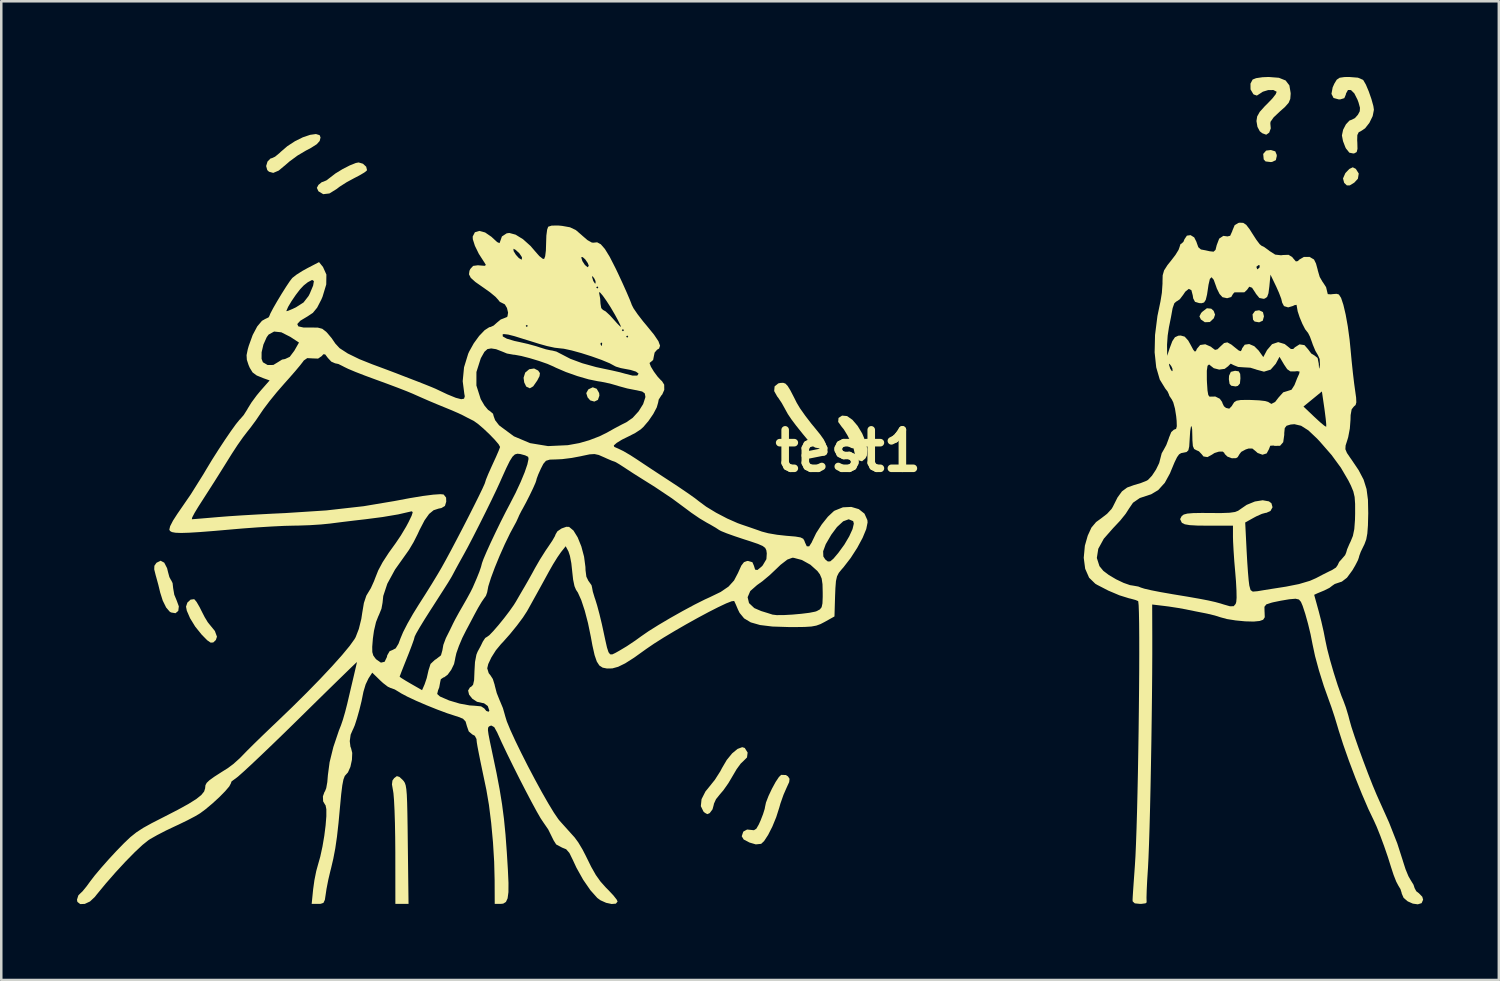
<source format=kicad_pcb>
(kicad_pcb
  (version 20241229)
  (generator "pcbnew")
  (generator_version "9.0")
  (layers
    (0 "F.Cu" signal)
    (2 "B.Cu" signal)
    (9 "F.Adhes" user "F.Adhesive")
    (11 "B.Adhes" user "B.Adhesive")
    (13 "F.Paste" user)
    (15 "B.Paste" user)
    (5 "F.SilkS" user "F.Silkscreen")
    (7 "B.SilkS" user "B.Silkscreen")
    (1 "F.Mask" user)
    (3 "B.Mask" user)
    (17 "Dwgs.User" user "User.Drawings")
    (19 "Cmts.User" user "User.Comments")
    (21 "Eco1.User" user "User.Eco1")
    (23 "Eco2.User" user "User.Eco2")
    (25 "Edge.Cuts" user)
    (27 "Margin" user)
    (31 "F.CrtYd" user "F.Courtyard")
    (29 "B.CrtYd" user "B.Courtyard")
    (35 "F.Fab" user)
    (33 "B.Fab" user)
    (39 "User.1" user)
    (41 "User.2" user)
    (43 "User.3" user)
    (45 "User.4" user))
  (footprint "test1"
    (layer "F.Cu")
    (at 30.565 14.817)
    (property "Reference" "test1" (at 0 0 0) (layer "F.SilkS") (effects (font (size 1.524 1.524) (thickness 0.3))))
    (attr board_only exclude_from_pos_files exclude_from_bom)
    (fp_poly (pts (xy 16.428 -5.5) (xy 16.468 -5.334) (xy 16.421 -5.16) (xy 16.277 -5.095) (xy 16.098 -5.126) (xy 16.035 -5.201) (xy 16.016 -5.411) (xy 16.117 -5.547) (xy 16.277 -5.573)) (stroke (width 0) (type solid)) (fill yes) (layer "F.SilkS"))
    (fp_poly (pts (xy -9.971 -2.462) (xy -9.875 -2.293) (xy -9.864 -2.192) (xy -9.924 -2.021) (xy -10.065 -1.955) (xy -10.228 -2.002) (xy -10.332 -2.121) (xy -10.385 -2.29) (xy -10.308 -2.428) (xy -10.294 -2.443) (xy -10.127 -2.521)) (stroke (width 0) (type solid)) (fill yes) (layer "F.SilkS"))
    (fp_poly (pts (xy 14.379 -5.636) (xy 14.474 -5.551) (xy 14.531 -5.4) (xy 14.481 -5.255) (xy 14.324 -5.107) (xy 14.126 -5.099) (xy 13.969 -5.209) (xy 13.911 -5.33) (xy 13.977 -5.462) (xy 14.014 -5.505) (xy 14.207 -5.653)) (stroke (width 0) (type solid)) (fill yes) (layer "F.SilkS"))
    (fp_poly (pts (xy 16.917 -11.869) (xy 16.974 -11.732) (xy 16.976 -11.684) (xy 16.939 -11.521) (xy 16.795 -11.453) (xy 16.742 -11.445) (xy 16.532 -11.47) (xy 16.458 -11.551) (xy 16.438 -11.768) (xy 16.554 -11.9) (xy 16.742 -11.923)) (stroke (width 0) (type solid)) (fill yes) (layer "F.SilkS"))
    (fp_poly (pts (xy 20.108 -11.176) (xy 20.224 -10.99) (xy 20.19 -10.785) (xy 20.047 -10.63) (xy 19.868 -10.521) (xy 19.754 -10.52) (xy 19.647 -10.62) (xy 19.6 -10.796) (xy 19.694 -11.009) (xy 19.85 -11.172) (xy 19.987 -11.238)) (stroke (width 0) (type solid)) (fill yes) (layer "F.SilkS"))
    (fp_poly (pts (xy 15.468 -3.153) (xy 15.526 -3.053) (xy 15.536 -2.879) (xy 15.516 -2.671) (xy 15.434 -2.577) (xy 15.345 -2.555) (xy 15.171 -2.583) (xy 15.106 -2.655) (xy 15.078 -2.839) (xy 15.085 -2.978) (xy 15.156 -3.133) (xy 15.325 -3.175)) (stroke (width 0) (type solid)) (fill yes) (layer "F.SilkS"))
    (fp_poly (pts (xy -12.293 -3.185) (xy -12.221 -3.083) (xy -12.237 -2.962) (xy -12.329 -2.786) (xy -12.488 -2.558) (xy -12.622 -2.481) (xy -12.752 -2.542) (xy -12.767 -2.556) (xy -12.843 -2.713) (xy -12.869 -2.898) (xy -12.804 -3.104) (xy -12.646 -3.236) (xy -12.451 -3.266)) (stroke (width 0) (type solid)) (fill yes) (layer "F.SilkS"))
    (fp_poly (pts (xy -0.05 -1.381) (xy 0.162 -1.232) (xy 0.368 -0.991) (xy 0.548 -0.692) (xy 0.682 -0.372) (xy 0.751 -0.068) (xy 0.735 0.186) (xy 0.678 0.296) (xy 0.543 0.411) (xy 0.417 0.377) (xy 0.356 0.322) (xy 0.265 0.169) (xy 0.254 0.105) (xy 0.212 -0.075) (xy 0.107 -0.335) (xy -0.033 -0.613) (xy -0.176 -0.848) (xy -0.264 -0.956) (xy -0.403 -1.149) (xy -0.39 -1.306) (xy -0.248 -1.399)) (stroke (width 0) (type solid)) (fill yes) (layer "F.SilkS"))
    (fp_poly (pts (xy -25.909 5.884) (xy -25.823 5.988) (xy -25.704 6.193) (xy -25.634 6.335) (xy -25.504 6.588) (xy -25.383 6.788) (xy -25.334 6.849) (xy -25.101 7.135) (xy -25.018 7.361) (xy -25.062 7.493) (xy -25.164 7.59) (xy -25.268 7.597) (xy -25.407 7.501) (xy -25.616 7.287) (xy -25.627 7.276) (xy -25.879 6.963) (xy -26.083 6.631) (xy -26.213 6.332) (xy -26.244 6.17) (xy -26.19 6.009) (xy -26.064 5.893) (xy -25.926 5.875)) (stroke (width 0) (type solid)) (fill yes) (layer "F.SilkS"))
    (fp_poly (pts (xy -19.233 -11.379) (xy -19.105 -11.261) (xy -19.073 -11.131) (xy -19.083 -11.106) (xy -19.181 -11.029) (xy -19.383 -10.911) (xy -19.585 -10.806) (xy -19.884 -10.644) (xy -20.159 -10.468) (xy -20.285 -10.372) (xy -20.56 -10.202) (xy -20.807 -10.173) (xy -20.997 -10.287) (xy -21.06 -10.423) (xy -20.997 -10.541) (xy -20.867 -10.648) (xy -20.802 -10.668) (xy -20.678 -10.721) (xy -20.537 -10.829) (xy -20.323 -10.994) (xy -20.045 -11.164) (xy -19.757 -11.312) (xy -19.515 -11.409) (xy -19.404 -11.43)) (stroke (width 0) (type solid)) (fill yes) (layer "F.SilkS"))
    (fp_poly (pts (xy -17.79 12.917) (xy -17.674 13.022) (xy -17.618 13.083) (xy -17.574 13.153) (xy -17.54 13.253) (xy -17.515 13.403) (xy -17.496 13.622) (xy -17.483 13.931) (xy -17.473 14.35) (xy -17.464 14.898) (xy -17.456 15.581) (xy -17.427 17.949) (xy -17.949 17.949) (xy -17.951 15.896) (xy -17.956 15.3) (xy -17.966 14.74) (xy -17.982 14.245) (xy -18.002 13.844) (xy -18.025 13.565) (xy -18.04 13.469) (xy -18.084 13.215) (xy -18.065 13.061) (xy -17.995 12.963) (xy -17.89 12.886)) (stroke (width 0) (type solid)) (fill yes) (layer "F.SilkS"))
    (fp_poly (pts (xy -20.949 -12.511) (xy -20.914 -12.419) (xy -20.948 -12.281) (xy -21.064 -12.152) (xy -21.293 -12.006) (xy -21.494 -11.9) (xy -21.822 -11.706) (xy -22.15 -11.465) (xy -22.294 -11.339) (xy -22.573 -11.107) (xy -22.788 -11.016) (xy -22.957 -11.063) (xy -23.025 -11.128) (xy -23.069 -11.288) (xy -23.015 -11.467) (xy -22.896 -11.587) (xy -22.836 -11.602) (xy -22.715 -11.659) (xy -22.543 -11.8) (xy -22.495 -11.847) (xy -22.228 -12.076) (xy -21.924 -12.274) (xy -21.614 -12.427) (xy -21.327 -12.524) (xy -21.096 -12.556)) (stroke (width 0) (type solid)) (fill yes) (layer "F.SilkS"))
    (fp_poly (pts (xy -27.107 4.428) (xy -26.995 4.645) (xy -26.959 4.793) (xy -26.903 5) (xy -26.837 5.123) (xy -26.83 5.128) (xy -26.776 5.238) (xy -26.755 5.432) (xy -26.71 5.696) (xy -26.615 5.925) (xy -26.529 6.159) (xy -26.551 6.339) (xy -26.661 6.431) (xy -26.838 6.401) (xy -26.89 6.37) (xy -27.031 6.206) (xy -27.166 5.933) (xy -27.269 5.606) (xy -27.273 5.588) (xy -27.341 5.308) (xy -27.427 4.993) (xy -27.445 4.931) (xy -27.504 4.694) (xy -27.498 4.552) (xy -27.422 4.442) (xy -27.412 4.431) (xy -27.252 4.351)) (stroke (width 0) (type solid)) (fill yes) (layer "F.SilkS"))
    (fp_poly (pts (xy -4.105 11.77) (xy -3.991 11.952) (xy -4.016 12.147) (xy -4.144 12.274) (xy -4.267 12.392) (xy -4.428 12.613) (xy -4.576 12.865) (xy -4.756 13.169) (xy -4.951 13.446) (xy -5.087 13.605) (xy -5.244 13.8) (xy -5.328 13.984) (xy -5.332 14.017) (xy -5.382 14.202) (xy -5.493 14.351) (xy -5.588 14.393) (xy -5.684 14.341) (xy -5.74 14.292) (xy -5.845 14.076) (xy -5.817 13.799) (xy -5.662 13.494) (xy -5.524 13.325) (xy -5.291 13.034) (xy -5.075 12.697) (xy -5.007 12.567) (xy -4.819 12.247) (xy -4.605 11.985) (xy -4.39 11.808) (xy -4.205 11.739)) (stroke (width 0) (type solid)) (fill yes) (layer "F.SilkS"))
    (fp_poly (pts (xy -2.494 -2.668) (xy -2.405 -2.575) (xy -2.295 -2.395) (xy -2.143 -2.101) (xy -2.045 -1.905) (xy -1.914 -1.686) (xy -1.706 -1.392) (xy -1.46 -1.072) (xy -1.356 -0.947) (xy -1.111 -0.645) (xy -0.967 -0.441) (xy -0.91 -0.308) (xy -0.926 -0.22) (xy -0.936 -0.206) (xy -1.12 -0.094) (xy -1.325 -0.134) (xy -1.442 -0.234) (xy -1.802 -0.668) (xy -2.069 -1.001) (xy -2.261 -1.257) (xy -2.397 -1.46) (xy -2.495 -1.636) (xy -2.501 -1.649) (xy -2.642 -1.902) (xy -2.785 -2.115) (xy -2.818 -2.155) (xy -2.939 -2.371) (xy -2.922 -2.557) (xy -2.777 -2.675) (xy -2.695 -2.693) (xy -2.584 -2.699)) (stroke (width 0) (type solid)) (fill yes) (layer "F.SilkS"))
    (fp_poly (pts (xy -2.473 12.843) (xy -2.393 12.896) (xy -2.33 12.993) (xy -2.345 13.123) (xy -2.445 13.341) (xy -2.446 13.343) (xy -2.569 13.624) (xy -2.69 13.968) (xy -2.739 14.139) (xy -2.858 14.513) (xy -3.011 14.885) (xy -3.178 15.214) (xy -3.337 15.458) (xy -3.454 15.569) (xy -3.666 15.591) (xy -3.916 15.518) (xy -4.146 15.398) (xy -4.225 15.269) (xy -4.168 15.099) (xy -4.156 15.08) (xy -4.012 15.002) (xy -3.871 15.016) (xy -3.741 15.03) (xy -3.646 14.97) (xy -3.549 14.803) (xy -3.481 14.652) (xy -3.38 14.393) (xy -3.315 14.185) (xy -3.302 14.11) (xy -3.264 13.933) (xy -3.165 13.676) (xy -3.03 13.39) (xy -2.884 13.121) (xy -2.75 12.92) (xy -2.661 12.836)) (stroke (width 0) (type solid)) (fill yes) (layer "F.SilkS"))
    (fp_poly (pts (xy 17.06 -14.785) (xy 17.327 -14.678) (xy 17.476 -14.482) (xy 17.526 -14.18) (xy 17.526 -14.144) (xy 17.511 -13.948) (xy 17.446 -13.793) (xy 17.3 -13.628) (xy 17.1 -13.451) (xy 16.851 -13.216) (xy 16.728 -13.041) (xy 16.721 -12.969) (xy 16.738 -12.78) (xy 16.675 -12.61) (xy 16.56 -12.531) (xy 16.553 -12.531) (xy 16.404 -12.586) (xy 16.304 -12.664) (xy 16.21 -12.84) (xy 16.171 -13.071) (xy 16.199 -13.253) (xy 16.301 -13.435) (xy 16.504 -13.661) (xy 16.595 -13.75) (xy 16.799 -13.962) (xy 16.934 -14.134) (xy 16.972 -14.23) (xy 16.971 -14.232) (xy 16.842 -14.3) (xy 16.636 -14.298) (xy 16.425 -14.234) (xy 16.328 -14.17) (xy 16.188 -14.08) (xy 16.066 -14.122) (xy 16.046 -14.138) (xy 15.936 -14.325) (xy 15.934 -14.554) (xy 16.019 -14.715) (xy 16.157 -14.77) (xy 16.41 -14.807) (xy 16.654 -14.817)) (stroke (width 0) (type solid)) (fill yes) (layer "F.SilkS"))
    (fp_poly (pts (xy 20.192 -14.789) (xy 20.389 -14.705) (xy 20.409 -14.684) (xy 20.507 -14.514) (xy 20.621 -14.244) (xy 20.727 -13.94) (xy 20.803 -13.667) (xy 20.825 -13.517) (xy 20.776 -13.267) (xy 20.646 -13) (xy 20.476 -12.783) (xy 20.345 -12.693) (xy 20.222 -12.627) (xy 20.168 -12.515) (xy 20.162 -12.306) (xy 20.168 -12.214) (xy 20.174 -11.967) (xy 20.142 -11.842) (xy 20.054 -11.793) (xy 20.011 -11.785) (xy 19.852 -11.817) (xy 19.718 -11.984) (xy 19.694 -12.031) (xy 19.6 -12.275) (xy 19.558 -12.496) (xy 19.558 -12.504) (xy 19.604 -12.725) (xy 19.716 -12.94) (xy 19.856 -13.09) (xy 19.947 -13.123) (xy 20.074 -13.188) (xy 20.192 -13.322) (xy 20.264 -13.458) (xy 20.273 -13.596) (xy 20.218 -13.798) (xy 20.176 -13.914) (xy 20.049 -14.166) (xy 19.915 -14.299) (xy 19.797 -14.301) (xy 19.72 -14.163) (xy 19.712 -14.118) (xy 19.652 -13.978) (xy 19.494 -13.929) (xy 19.431 -13.928) (xy 19.225 -13.985) (xy 19.143 -14.147) (xy 19.19 -14.405) (xy 19.259 -14.557) (xy 19.352 -14.709) (xy 19.465 -14.786) (xy 19.653 -14.814) (xy 19.846 -14.817)) (stroke (width 0) (type solid)) (fill yes) (layer "F.SilkS"))
    (fp_poly (pts (xy 15.647 -9.036) (xy 15.766 -8.958) (xy 15.904 -8.777) (xy 16.015 -8.601) (xy 16.171 -8.36) (xy 16.3 -8.19) (xy 16.371 -8.13) (xy 16.477 -8.079) (xy 16.649 -7.954) (xy 16.688 -7.922) (xy 16.914 -7.778) (xy 17.145 -7.752) (xy 17.219 -7.762) (xy 17.442 -7.77) (xy 17.585 -7.684) (xy 17.63 -7.627) (xy 17.733 -7.508) (xy 17.814 -7.523) (xy 17.863 -7.576) (xy 18.047 -7.685) (xy 18.272 -7.688) (xy 18.451 -7.585) (xy 18.53 -7.425) (xy 18.595 -7.187) (xy 18.602 -7.149) (xy 18.677 -6.894) (xy 18.794 -6.692) (xy 18.809 -6.675) (xy 18.93 -6.488) (xy 18.965 -6.341) (xy 18.997 -6.212) (xy 19.124 -6.203) (xy 19.157 -6.21) (xy 19.344 -6.225) (xy 19.437 -6.198) (xy 19.524 -6.063) (xy 19.615 -5.789) (xy 19.706 -5.402) (xy 19.79 -4.934) (xy 19.861 -4.412) (xy 19.899 -4.026) (xy 19.943 -3.557) (xy 19.993 -3.082) (xy 20.043 -2.664) (xy 20.076 -2.426) (xy 20.12 -2.11) (xy 20.128 -1.921) (xy 20.098 -1.817) (xy 20.032 -1.761) (xy 19.943 -1.648) (xy 19.902 -1.419) (xy 19.897 -1.234) (xy 19.871 -0.889) (xy 19.806 -0.544) (xy 19.77 -0.424) (xy 19.703 -0.215) (xy 19.694 -0.068) (xy 19.756 0.081) (xy 19.903 0.297) (xy 19.926 0.328) (xy 20.219 0.762) (xy 20.416 1.138) (xy 20.533 1.511) (xy 20.589 1.937) (xy 20.6 2.471) (xy 20.599 2.506) (xy 20.588 2.953) (xy 20.564 3.273) (xy 20.521 3.506) (xy 20.451 3.696) (xy 20.412 3.775) (xy 20.303 3.999) (xy 20.241 4.169) (xy 20.235 4.205) (xy 20.193 4.328) (xy 20.084 4.54) (xy 19.972 4.731) (xy 19.757 5.024) (xy 19.555 5.179) (xy 19.464 5.209) (xy 19.273 5.273) (xy 19.171 5.344) (xy 19.066 5.425) (xy 18.865 5.526) (xy 18.789 5.558) (xy 18.586 5.642) (xy 18.47 5.696) (xy 18.459 5.703) (xy 18.48 5.784) (xy 18.537 5.988) (xy 18.616 6.275) (xy 18.637 6.35) (xy 18.739 6.747) (xy 18.834 7.164) (xy 18.898 7.493) (xy 18.972 7.842) (xy 19.089 8.293) (xy 19.233 8.79) (xy 19.387 9.276) (xy 19.534 9.695) (xy 19.619 9.906) (xy 19.714 10.165) (xy 19.813 10.493) (xy 19.858 10.668) (xy 19.934 10.936) (xy 20.061 11.322) (xy 20.222 11.785) (xy 20.405 12.287) (xy 20.594 12.788) (xy 20.775 13.248) (xy 20.934 13.628) (xy 21.011 13.801) (xy 21.425 14.724) (xy 21.749 15.547) (xy 21.976 16.253) (xy 21.976 16.256) (xy 22.078 16.574) (xy 22.192 16.851) (xy 22.282 17.008) (xy 22.394 17.19) (xy 22.437 17.323) (xy 22.504 17.448) (xy 22.606 17.526) (xy 22.742 17.666) (xy 22.775 17.783) (xy 22.715 17.919) (xy 22.564 17.966) (xy 22.366 17.938) (xy 22.164 17.848) (xy 22.003 17.711) (xy 21.927 17.54) (xy 21.926 17.519) (xy 21.876 17.361) (xy 21.797 17.232) (xy 21.71 17.068) (xy 21.604 16.799) (xy 21.5 16.48) (xy 21.497 16.47) (xy 21.378 16.091) (xy 21.232 15.667) (xy 21.078 15.25) (xy 20.935 14.893) (xy 20.827 14.653) (xy 20.603 14.185) (xy 20.352 13.601) (xy 20.089 12.95) (xy 19.835 12.278) (xy 19.608 11.633) (xy 19.425 11.062) (xy 19.384 10.922) (xy 19.269 10.542) (xy 19.137 10.143) (xy 19.051 9.906) (xy 18.84 9.315) (xy 18.648 8.702) (xy 18.492 8.126) (xy 18.393 7.662) (xy 18.315 7.266) (xy 18.214 6.847) (xy 18.105 6.456) (xy 18.002 6.142) (xy 17.934 5.982) (xy 17.854 5.888) (xy 17.72 5.857) (xy 17.477 5.878) (xy 17.455 5.881) (xy 17.137 5.935) (xy 16.83 5.998) (xy 16.76 6.016) (xy 16.562 6.081) (xy 16.487 6.176) (xy 16.491 6.363) (xy 16.493 6.387) (xy 16.5 6.591) (xy 16.435 6.69) (xy 16.3 6.738) (xy 16.062 6.762) (xy 15.724 6.753) (xy 15.349 6.717) (xy 15.001 6.662) (xy 14.752 6.594) (xy 14.52 6.521) (xy 14.226 6.45) (xy 14.139 6.432) (xy 13.796 6.365) (xy 13.437 6.292) (xy 13.377 6.279) (xy 13.062 6.222) (xy 12.692 6.165) (xy 12.517 6.143) (xy 12.039 6.086) (xy 12.043 7.34) (xy 12.043 8.05) (xy 12.039 8.846) (xy 12.031 9.705) (xy 12.02 10.604) (xy 12.007 11.52) (xy 11.991 12.431) (xy 11.974 13.314) (xy 11.955 14.147) (xy 11.935 14.906) (xy 11.914 15.57) (xy 11.893 16.115) (xy 11.873 16.519) (xy 11.868 16.593) (xy 11.84 17.033) (xy 11.822 17.412) (xy 11.814 17.698) (xy 11.818 17.861) (xy 11.823 17.884) (xy 11.777 17.926) (xy 11.611 17.948) (xy 11.562 17.949) (xy 11.351 17.928) (xy 11.268 17.853) (xy 11.262 17.801) (xy 11.268 17.667) (xy 11.285 17.398) (xy 11.311 17.029) (xy 11.342 16.596) (xy 11.354 16.425) (xy 11.377 16.051) (xy 11.398 15.559) (xy 11.419 14.967) (xy 11.439 14.291) (xy 11.457 13.55) (xy 11.474 12.761) (xy 11.488 11.942) (xy 11.501 11.11) (xy 11.511 10.284) (xy 11.519 9.48) (xy 11.525 8.716) (xy 11.527 8.01) (xy 11.526 7.38) (xy 11.522 6.843) (xy 11.514 6.416) (xy 11.503 6.118) (xy 11.487 5.965) (xy 11.481 5.95) (xy 11.382 5.908) (xy 11.181 5.853) (xy 11.118 5.839) (xy 10.742 5.722) (xy 10.299 5.534) (xy 9.858 5.306) (xy 9.785 5.263) (xy 9.539 5.023) (xy 9.384 4.669) (xy 9.328 4.242) (xy 9.846 4.242) (xy 9.95 4.566) (xy 10.103 4.752) (xy 10.321 4.917) (xy 10.609 5.087) (xy 10.908 5.23) (xy 11.163 5.319) (xy 11.263 5.334) (xy 11.49 5.374) (xy 11.594 5.416) (xy 11.733 5.46) (xy 12.002 5.522) (xy 12.364 5.593) (xy 12.782 5.666) (xy 12.837 5.676) (xy 13.443 5.776) (xy 13.909 5.858) (xy 14.264 5.926) (xy 14.537 5.988) (xy 14.756 6.048) (xy 14.859 6.081) (xy 15.12 6.156) (xy 15.268 6.153) (xy 15.346 6.063) (xy 15.371 5.982) (xy 15.384 5.819) (xy 15.379 5.531) (xy 15.359 5.162) (xy 15.331 4.817) (xy 15.293 4.377) (xy 15.264 3.95) (xy 15.245 3.592) (xy 15.24 3.408) (xy 15.24 2.963) (xy 14.277 2.963) (xy 13.831 2.958) (xy 13.526 2.941) (xy 13.334 2.908) (xy 13.227 2.856) (xy 13.208 2.836) (xy 13.146 2.702) (xy 13.211 2.578) (xy 13.29 2.521) (xy 13.432 2.483) (xy 13.665 2.464) (xy 14.02 2.458) (xy 14.326 2.461) (xy 14.788 2.462) (xy 15.109 2.45) (xy 15.319 2.42) (xy 15.446 2.371) (xy 15.477 2.348) (xy 15.782 2.138) (xy 16.11 2.004) (xy 16.418 1.955) (xy 16.665 1.999) (xy 16.764 2.074) (xy 16.808 2.232) (xy 16.727 2.379) (xy 16.56 2.454) (xy 16.532 2.455) (xy 16.385 2.495) (xy 16.163 2.594) (xy 16.066 2.646) (xy 15.725 2.836) (xy 15.781 3.958) (xy 15.806 4.402) (xy 15.834 4.806) (xy 15.862 5.129) (xy 15.887 5.329) (xy 15.89 5.343) (xy 15.938 5.515) (xy 16.025 5.575) (xy 16.212 5.559) (xy 16.247 5.553) (xy 16.469 5.516) (xy 16.8 5.463) (xy 17.183 5.403) (xy 17.342 5.378) (xy 17.855 5.276) (xy 18.29 5.147) (xy 18.527 5.043) (xy 18.806 4.897) (xy 19.062 4.769) (xy 19.156 4.725) (xy 19.321 4.622) (xy 19.389 4.524) (xy 19.446 4.401) (xy 19.558 4.276) (xy 19.685 4.128) (xy 19.727 4.026) (xy 19.764 3.897) (xy 19.855 3.685) (xy 19.899 3.595) (xy 19.992 3.368) (xy 20.048 3.097) (xy 20.075 2.731) (xy 20.081 2.483) (xy 20.08 2.099) (xy 20.061 1.826) (xy 20.009 1.604) (xy 19.914 1.375) (xy 19.812 1.171) (xy 19.515 0.664) (xy 19.148 0.163) (xy 18.678 -0.376) (xy 18.569 -0.492) (xy 18.229 -0.813) (xy 17.94 -0.997) (xy 17.674 -1.059) (xy 17.522 -1.045) (xy 17.364 -0.997) (xy 17.292 -0.903) (xy 17.272 -0.708) (xy 17.272 -0.633) (xy 17.231 -0.346) (xy 17.106 -0.203) (xy 16.891 -0.2) (xy 16.843 -0.213) (xy 16.718 -0.205) (xy 16.665 -0.067) (xy 16.576 0.099) (xy 16.409 0.151) (xy 16.216 0.081) (xy 16.141 0.013) (xy 16.008 -0.095) (xy 15.856 -0.094) (xy 15.743 -0.057) (xy 15.569 0.037) (xy 15.494 0.134) (xy 15.494 0.137) (xy 15.426 0.249) (xy 15.361 0.287) (xy 15.195 0.291) (xy 15.018 0.224) (xy 14.909 0.118) (xy 14.901 0.083) (xy 14.835 0.026) (xy 14.682 0.029) (xy 14.508 0.083) (xy 14.408 0.148) (xy 14.23 0.245) (xy 14.07 0.219) (xy 14.004 0.135) (xy 13.891 0.016) (xy 13.795 -0.026) (xy 13.7 -0.077) (xy 13.651 -0.195) (xy 13.633 -0.422) (xy 13.631 -0.557) (xy 13.623 -0.85) (xy 13.601 -0.981) (xy 13.573 -0.956) (xy 13.545 -0.781) (xy 13.524 -0.463) (xy 13.524 -0.457) (xy 13.507 -0.177) (xy 13.472 -0.024) (xy 13.401 0.044) (xy 13.29 0.067) (xy 13.186 0.087) (xy 13.104 0.138) (xy 13.024 0.249) (xy 12.926 0.45) (xy 12.792 0.771) (xy 12.744 0.889) (xy 12.54 1.262) (xy 12.278 1.552) (xy 11.996 1.72) (xy 11.95 1.734) (xy 11.548 1.867) (xy 11.279 2.053) (xy 11.12 2.286) (xy 10.989 2.491) (xy 10.776 2.756) (xy 10.524 3.025) (xy 10.501 3.048) (xy 10.122 3.479) (xy 9.903 3.878) (xy 9.846 4.242) (xy 9.328 4.242) (xy 9.327 4.236) (xy 9.372 3.755) (xy 9.485 3.359) (xy 9.631 3.04) (xy 9.815 2.82) (xy 10.017 2.673) (xy 10.252 2.492) (xy 10.432 2.296) (xy 10.479 2.217) (xy 10.665 1.846) (xy 10.842 1.603) (xy 11.047 1.451) (xy 11.316 1.354) (xy 11.325 1.352) (xy 11.594 1.271) (xy 11.807 1.187) (xy 11.872 1.15) (xy 12.03 0.983) (xy 12.192 0.737) (xy 12.316 0.482) (xy 12.364 0.296) (xy 12.416 0.095) (xy 12.493 -0.04) (xy 12.599 -0.234) (xy 12.695 -0.49) (xy 12.705 -0.527) (xy 12.795 -0.747) (xy 12.904 -0.845) (xy 12.919 -0.847) (xy 12.987 -0.873) (xy 13.015 -0.977) (xy 13.008 -1.193) (xy 12.99 -1.376) (xy 12.942 -1.677) (xy 12.874 -1.923) (xy 12.816 -2.039) (xy 12.721 -2.179) (xy 12.7 -2.244) (xy 12.649 -2.355) (xy 12.557 -2.473) (xy 12.34 -2.827) (xy 12.199 -3.312) (xy 12.188 -3.414) (xy 12.706 -3.414) (xy 12.753 -3.263) (xy 12.816 -3.165) (xy 12.845 -3.165) (xy 12.845 -3.177) (xy 14.204 -3.177) (xy 14.205 -2.827) (xy 14.21 -2.712) (xy 14.231 -2.393) (xy 14.262 -2.215) (xy 14.312 -2.148) (xy 14.364 -2.152) (xy 14.543 -2.154) (xy 14.718 -2.067) (xy 14.814 -1.934) (xy 14.817 -1.906) (xy 14.883 -1.769) (xy 14.965 -1.703) (xy 15.093 -1.674) (xy 15.175 -1.758) (xy 18.034 -1.758) (xy 18.47 -1.343) (xy 18.687 -1.143) (xy 18.852 -1.005) (xy 18.932 -0.956) (xy 18.934 -0.957) (xy 18.936 -1.048) (xy 18.916 -1.265) (xy 18.878 -1.567) (xy 18.864 -1.671) (xy 18.764 -2.356) (xy 18.399 -2.057) (xy 18.034 -1.758) (xy 15.175 -1.758) (xy 15.195 -1.779) (xy 15.221 -1.825) (xy 15.289 -1.93) (xy 15.384 -1.99) (xy 15.547 -2.017) (xy 15.821 -2.021) (xy 15.965 -2.018) (xy 16.276 -2.004) (xy 16.516 -1.976) (xy 16.639 -1.94) (xy 16.645 -1.934) (xy 16.762 -1.863) (xy 16.911 -1.94) (xy 17.047 -2.117) (xy 17.232 -2.322) (xy 17.394 -2.371) (xy 17.56 -2.424) (xy 17.677 -2.608) (xy 17.692 -2.646) (xy 17.782 -2.875) (xy 17.86 -3.049) (xy 17.862 -3.053) (xy 17.882 -3.143) (xy 17.784 -3.161) (xy 17.689 -3.15) (xy 17.517 -3.15) (xy 17.389 -3.238) (xy 17.265 -3.422) (xy 17.084 -3.729) (xy 16.936 -3.452) (xy 16.733 -3.22) (xy 16.469 -3.14) (xy 16.168 -3.221) (xy 16.154 -3.228) (xy 15.929 -3.297) (xy 15.68 -3.311) (xy 15.446 -3.327) (xy 15.272 -3.396) (xy 15.27 -3.397) (xy 15.151 -3.458) (xy 15.064 -3.372) (xy 15.058 -3.362) (xy 14.912 -3.251) (xy 14.694 -3.222) (xy 14.481 -3.277) (xy 14.39 -3.348) (xy 14.293 -3.426) (xy 14.232 -3.373) (xy 14.204 -3.177) (xy 12.845 -3.177) (xy 12.841 -3.26) (xy 12.795 -3.359) (xy 12.72 -3.459) (xy 12.706 -3.414) (xy 12.188 -3.414) (xy 12.136 -3.907) (xy 12.142 -4.149) (xy 12.628 -4.149) (xy 12.633 -3.768) (xy 12.73 -4.064) (xy 12.837 -4.349) (xy 12.941 -4.504) (xy 13.073 -4.565) (xy 13.169 -4.572) (xy 13.327 -4.528) (xy 13.466 -4.375) (xy 13.557 -4.213) (xy 13.669 -4.005) (xy 13.735 -3.931) (xy 13.782 -3.975) (xy 13.81 -4.044) (xy 13.94 -4.197) (xy 14.142 -4.226) (xy 14.365 -4.129) (xy 14.409 -4.092) (xy 14.53 -4.003) (xy 14.627 -4.027) (xy 14.737 -4.134) (xy 14.888 -4.274) (xy 15.017 -4.301) (xy 15.178 -4.213) (xy 15.308 -4.107) (xy 15.472 -3.977) (xy 15.552 -3.951) (xy 15.592 -4.024) (xy 15.603 -4.065) (xy 15.707 -4.209) (xy 15.883 -4.235) (xy 16.085 -4.149) (xy 16.259 -3.975) (xy 16.442 -3.718) (xy 16.591 -3.997) (xy 16.789 -4.229) (xy 17.032 -4.311) (xy 17.288 -4.235) (xy 17.395 -4.152) (xy 17.537 -4.037) (xy 17.628 -4.039) (xy 17.693 -4.104) (xy 17.878 -4.222) (xy 18.072 -4.192) (xy 18.215 -4.029) (xy 18.343 -3.858) (xy 18.468 -3.783) (xy 18.593 -3.683) (xy 18.639 -3.458) (xy 18.65 -3.28) (xy 18.662 -3.264) (xy 18.686 -3.402) (xy 18.688 -3.415) (xy 18.675 -3.643) (xy 18.606 -3.796) (xy 18.507 -3.963) (xy 18.403 -4.212) (xy 18.373 -4.301) (xy 18.289 -4.53) (xy 18.212 -4.682) (xy 18.188 -4.708) (xy 18.1 -4.822) (xy 17.989 -5.037) (xy 17.882 -5.294) (xy 17.804 -5.531) (xy 17.78 -5.669) (xy 17.759 -5.789) (xy 17.667 -5.772) (xy 17.622 -5.745) (xy 17.427 -5.687) (xy 17.262 -5.738) (xy 17.188 -5.877) (xy 17.187 -5.887) (xy 17.152 -6.032) (xy 17.061 -6.27) (xy 16.957 -6.504) (xy 16.726 -6.985) (xy 16.682 -6.519) (xy 16.646 -6.246) (xy 16.593 -6.1) (xy 16.503 -6.038) (xy 16.451 -6.027) (xy 16.286 -6.06) (xy 16.148 -6.229) (xy 16.132 -6.26) (xy 15.996 -6.466) (xy 15.886 -6.506) (xy 15.798 -6.383) (xy 15.694 -6.285) (xy 15.493 -6.284) (xy 15.297 -6.282) (xy 15.24 -6.217) (xy 15.171 -6.098) (xy 15.008 -6.05) (xy 14.825 -6.091) (xy 14.708 -6.219) (xy 14.599 -6.439) (xy 14.575 -6.511) (xy 14.477 -6.781) (xy 14.393 -6.882) (xy 14.325 -6.815) (xy 14.27 -6.579) (xy 14.265 -6.542) (xy 14.213 -6.196) (xy 14.162 -5.986) (xy 14.095 -5.882) (xy 13.995 -5.852) (xy 13.899 -5.858) (xy 13.736 -5.908) (xy 13.664 -6.044) (xy 13.647 -6.16) (xy 13.592 -6.37) (xy 13.49 -6.421) (xy 13.352 -6.311) (xy 13.264 -6.181) (xy 13.134 -6.01) (xy 13.014 -5.928) (xy 13.003 -5.927) (xy 12.917 -5.851) (xy 12.85 -5.66) (xy 12.84 -5.609) (xy 12.787 -5.316) (xy 12.721 -4.985) (xy 12.705 -4.911) (xy 12.653 -4.57) (xy 12.628 -4.214) (xy 12.628 -4.149) (xy 12.142 -4.149) (xy 12.152 -4.592) (xy 12.247 -5.345) (xy 12.368 -5.927) (xy 12.423 -6.264) (xy 12.448 -6.629) (xy 12.448 -6.714) (xy 12.455 -6.96) (xy 12.511 -7.154) (xy 12.593 -7.281) (xy 16.171 -7.281) (xy 16.2 -7.199) (xy 16.209 -7.197) (xy 16.281 -7.256) (xy 16.298 -7.281) (xy 16.292 -7.359) (xy 16.261 -7.366) (xy 16.175 -7.305) (xy 16.171 -7.281) (xy 12.593 -7.281) (xy 12.643 -7.36) (xy 12.78 -7.53) (xy 12.961 -7.766) (xy 13.085 -7.968) (xy 13.123 -8.076) (xy 13.161 -8.195) (xy 13.198 -8.213) (xy 13.276 -8.283) (xy 13.319 -8.389) (xy 13.415 -8.53) (xy 13.56 -8.55) (xy 13.704 -8.461) (xy 13.796 -8.277) (xy 13.801 -8.255) (xy 13.868 -8.07) (xy 13.97 -7.982) (xy 14.148 -7.949) (xy 14.319 -7.911) (xy 14.471 -7.894) (xy 14.549 -7.966) (xy 14.596 -8.154) (xy 14.694 -8.412) (xy 14.859 -8.521) (xy 15.024 -8.499) (xy 15.13 -8.525) (xy 15.212 -8.707) (xy 15.219 -8.734) (xy 15.307 -8.944) (xy 15.454 -9.033) (xy 15.512 -9.043)) (stroke (width 0) (type solid)) (fill yes) (layer "F.SilkS"))
    (fp_poly (pts (xy -11.343 -8.917) (xy -11.03 -8.861) (xy -10.799 -8.752) (xy -10.562 -8.548) (xy -10.548 -8.534) (xy -10.336 -8.352) (xy -10.165 -8.256) (xy -10.098 -8.251) (xy -9.954 -8.266) (xy -9.808 -8.187) (xy -9.646 -8.001) (xy -9.456 -7.691) (xy -9.227 -7.243) (xy -9.135 -7.051) (xy -8.947 -6.647) (xy -8.784 -6.283) (xy -8.661 -5.995) (xy -8.591 -5.817) (xy -8.585 -5.793) (xy -8.51 -5.647) (xy -8.349 -5.413) (xy -8.131 -5.131) (xy -7.993 -4.966) (xy -7.701 -4.608) (xy -7.526 -4.348) (xy -7.461 -4.169) (xy -7.5 -4.056) (xy -7.578 -4.01) (xy -7.676 -3.897) (xy -7.705 -3.759) (xy -7.735 -3.604) (xy -7.789 -3.556) (xy -7.871 -3.491) (xy -7.874 -3.468) (xy -7.824 -3.337) (xy -7.704 -3.14) (xy -7.554 -2.938) (xy -7.418 -2.792) (xy -7.387 -2.769) (xy -7.297 -2.625) (xy -7.294 -2.419) (xy -7.375 -2.235) (xy -7.408 -2.201) (xy -7.515 -2.033) (xy -7.537 -1.916) (xy -7.592 -1.724) (xy -7.73 -1.463) (xy -7.919 -1.187) (xy -8.123 -0.948) (xy -8.23 -0.851) (xy -8.447 -0.709) (xy -8.706 -0.576) (xy -8.722 -0.569) (xy -8.969 -0.447) (xy -9.173 -0.322) (xy -9.186 -0.312) (xy -9.294 -0.217) (xy -9.274 -0.159) (xy -9.113 -0.089) (xy -8.915 0.007) (xy -8.643 0.166) (xy -8.393 0.327) (xy -8.126 0.505) (xy -7.767 0.743) (xy -7.366 1.006) (xy -7.027 1.227) (xy -6.665 1.467) (xy -6.336 1.691) (xy -6.077 1.875) (xy -5.927 1.992) (xy -5.633 2.21) (xy -5.238 2.45) (xy -4.802 2.678) (xy -4.386 2.862) (xy -4.233 2.917) (xy -3.901 3.03) (xy -3.573 3.144) (xy -3.429 3.196) (xy -3.173 3.263) (xy -2.822 3.323) (xy -2.45 3.364) (xy -2.433 3.365) (xy -2.099 3.393) (xy -1.897 3.427) (xy -1.789 3.48) (xy -1.738 3.566) (xy -1.725 3.611) (xy -1.648 3.779) (xy -1.552 3.782) (xy -1.449 3.621) (xy -1.434 3.584) (xy -1.275 3.256) (xy -1.054 2.912) (xy -0.811 2.607) (xy -0.584 2.394) (xy -0.545 2.367) (xy -0.215 2.235) (xy 0.117 2.219) (xy 0.414 2.307) (xy 0.639 2.486) (xy 0.754 2.741) (xy 0.762 2.835) (xy 0.709 3.097) (xy 0.565 3.445) (xy 0.352 3.84) (xy 0.092 4.243) (xy -0.193 4.612) (xy -0.27 4.699) (xy -0.379 4.833) (xy -0.449 4.971) (xy -0.491 5.157) (xy -0.513 5.434) (xy -0.526 5.756) (xy -0.55 6.559) (xy -0.931 6.772) (xy -1.104 6.862) (xy -1.269 6.922) (xy -1.464 6.958) (xy -1.729 6.975) (xy -2.102 6.98) (xy -2.371 6.979) (xy -3.008 6.959) (xy -3.5 6.899) (xy -3.867 6.794) (xy -4.13 6.636) (xy -4.31 6.417) (xy -4.373 6.288) (xy -4.46 6.083) (xy -4.518 5.959) (xy -4.526 5.946) (xy -4.623 5.957) (xy -4.841 6.042) (xy -5.154 6.19) (xy -5.539 6.386) (xy -5.972 6.618) (xy -6.428 6.872) (xy -6.883 7.135) (xy -7.314 7.393) (xy -7.695 7.634) (xy -8.003 7.844) (xy -8.043 7.873) (xy -8.493 8.195) (xy -8.843 8.418) (xy -9.121 8.554) (xy -9.353 8.618) (xy -9.565 8.622) (xy -9.735 8.588) (xy -9.865 8.504) (xy -9.967 8.347) (xy -10.055 8.091) (xy -10.141 7.709) (xy -10.204 7.366) (xy -10.316 6.822) (xy -10.446 6.326) (xy -10.583 5.911) (xy -10.718 5.612) (xy -10.791 5.503) (xy -10.852 5.358) (xy -10.906 5.1) (xy -10.941 4.783) (xy -10.941 4.78) (xy -10.977 4.448) (xy -11.032 4.159) (xy -11.091 3.981) (xy -11.2 3.777) (xy -11.387 4.012) (xy -11.525 4.21) (xy -11.701 4.493) (xy -11.858 4.769) (xy -12.034 5.091) (xy -12.209 5.41) (xy -12.409 5.771) (xy -12.659 6.222) (xy -12.734 6.355) (xy -12.895 6.603) (xy -13.133 6.922) (xy -13.408 7.26) (xy -13.679 7.566) (xy -13.763 7.654) (xy -13.965 7.898) (xy -14.144 8.181) (xy -14.269 8.445) (xy -14.309 8.614) (xy -14.25 8.807) (xy -14.184 8.888) (xy -14.087 9.038) (xy -14.015 9.267) (xy -14.009 9.301) (xy -13.932 9.595) (xy -13.814 9.89) (xy -13.806 9.906) (xy -13.687 10.191) (xy -13.604 10.481) (xy -13.6 10.499) (xy -13.533 10.717) (xy -13.394 11.054) (xy -13.199 11.48) (xy -12.962 11.967) (xy -12.699 12.487) (xy -12.423 13.011) (xy -12.15 13.512) (xy -11.893 13.962) (xy -11.669 14.331) (xy -11.492 14.591) (xy -11.433 14.663) (xy -11.2 14.922) (xy -10.982 15.165) (xy -10.847 15.314) (xy -10.703 15.51) (xy -10.533 15.794) (xy -10.404 16.044) (xy -10.19 16.479) (xy -10.006 16.803) (xy -9.822 17.062) (xy -9.607 17.303) (xy -9.5 17.41) (xy -9.309 17.614) (xy -9.179 17.779) (xy -9.144 17.855) (xy -9.211 17.939) (xy -9.378 17.953) (xy -9.598 17.906) (xy -9.821 17.806) (xy -9.948 17.713) (xy -10.221 17.407) (xy -10.508 16.991) (xy -10.774 16.516) (xy -10.92 16.202) (xy -11.053 15.931) (xy -11.181 15.784) (xy -11.342 15.719) (xy -11.577 15.593) (xy -11.677 15.435) (xy -11.894 14.996) (xy -12.093 14.707) (xy -12.194 14.555) (xy -12.353 14.278) (xy -12.556 13.904) (xy -12.789 13.46) (xy -13.038 12.976) (xy -13.288 12.477) (xy -13.525 11.994) (xy -13.735 11.553) (xy -13.903 11.182) (xy -13.914 11.157) (xy -14.031 10.946) (xy -14.143 10.883) (xy -14.184 10.892) (xy -14.241 10.919) (xy -14.274 10.967) (xy -14.281 11.062) (xy -14.258 11.233) (xy -14.205 11.507) (xy -14.119 11.913) (xy -14.096 12.023) (xy -13.94 12.766) (xy -13.818 13.409) (xy -13.722 13.999) (xy -13.646 14.581) (xy -13.585 15.201) (xy -13.533 15.905) (xy -13.49 16.606) (xy -13.467 17.118) (xy -13.469 17.485) (xy -13.502 17.729) (xy -13.568 17.872) (xy -13.675 17.938) (xy -13.781 17.949) (xy -14.012 17.949) (xy -14.016 16.997) (xy -14.034 16.28) (xy -14.081 15.51) (xy -14.152 14.741) (xy -14.241 14.027) (xy -14.344 13.424) (xy -14.354 13.377) (xy -14.482 12.767) (xy -14.579 12.301) (xy -14.648 11.958) (xy -14.694 11.718) (xy -14.721 11.557) (xy -14.732 11.457) (xy -14.733 11.419) (xy -14.803 11.286) (xy -14.896 11.238) (xy -15.041 11.115) (xy -15.114 10.906) (xy -15.166 10.723) (xy -15.27 10.612) (xy -15.476 10.529) (xy -15.564 10.503) (xy -15.892 10.396) (xy -16.29 10.248) (xy -16.715 10.077) (xy -17.124 9.901) (xy -17.474 9.737) (xy -17.674 9.631) (xy -16.292 9.631) (xy -16.182 9.731) (xy -15.819 9.888) (xy -15.399 10.013) (xy -15.003 10.085) (xy -14.832 10.095) (xy -14.553 10.121) (xy -14.423 10.205) (xy -14.421 10.21) (xy -14.345 10.304) (xy -14.256 10.335) (xy -14.224 10.294) (xy -14.288 10.108) (xy -14.438 9.998) (xy -14.49 9.991) (xy -14.713 9.941) (xy -14.901 9.818) (xy -15.028 9.657) (xy -15.067 9.495) (xy -14.994 9.37) (xy -14.944 9.344) (xy -14.87 9.267) (xy -14.829 9.085) (xy -14.816 8.768) (xy -14.815 8.733) (xy -14.794 8.366) (xy -14.738 8.074) (xy -14.692 7.959) (xy -14.566 7.726) (xy -14.484 7.556) (xy -14.388 7.411) (xy -14.314 7.366) (xy -14.226 7.303) (xy -14.066 7.136) (xy -13.861 6.9) (xy -13.639 6.626) (xy -13.428 6.349) (xy -13.254 6.102) (xy -13.171 5.969) (xy -13.029 5.723) (xy -12.868 5.447) (xy -12.842 5.404) (xy -12.695 5.149) (xy -12.518 4.832) (xy -12.415 4.642) (xy -12.22 4.304) (xy -11.995 3.948) (xy -11.886 3.789) (xy -11.731 3.558) (xy -11.627 3.377) (xy -11.599 3.304) (xy -11.528 3.185) (xy -11.363 3.073) (xy -11.176 3.007) (xy -11.065 3.011) (xy -10.892 3.155) (xy -10.725 3.426) (xy -10.58 3.785) (xy -10.472 4.19) (xy -10.418 4.6) (xy -10.414 4.726) (xy -10.381 4.983) (xy -10.298 5.154) (xy -10.287 5.165) (xy -10.177 5.321) (xy -10.156 5.408) (xy -10.126 5.572) (xy -10.054 5.81) (xy -10.028 5.884) (xy -9.955 6.12) (xy -9.863 6.463) (xy -9.769 6.854) (xy -9.731 7.027) (xy -9.634 7.48) (xy -9.564 7.789) (xy -9.504 7.975) (xy -9.439 8.06) (xy -9.354 8.063) (xy -9.233 8.006) (xy -9.07 7.914) (xy -8.779 7.74) (xy -8.443 7.515) (xy -8.208 7.345) (xy -7.92 7.146) (xy -7.521 6.896) (xy -7.056 6.621) (xy -6.566 6.345) (xy -6.094 6.091) (xy -5.683 5.885) (xy -5.503 5.803) (xy -5.49 5.797) (xy -3.991 5.797) (xy -3.936 6.03) (xy -3.727 6.228) (xy -3.455 6.345) (xy -3.215 6.419) (xy -3.041 6.474) (xy -3.006 6.486) (xy -2.843 6.506) (xy -2.564 6.505) (xy -2.22 6.486) (xy -1.863 6.454) (xy -1.542 6.414) (xy -1.311 6.368) (xy -1.249 6.346) (xy -1.128 6.28) (xy -1.059 6.193) (xy -1.026 6.041) (xy -1.016 5.783) (xy -1.016 5.623) (xy -1.024 5.283) (xy -1.057 5.057) (xy -1.128 4.891) (xy -1.227 4.758) (xy -1.505 4.509) (xy -1.841 4.322) (xy -2.166 4.236) (xy -2.217 4.233) (xy -2.416 4.305) (xy -2.686 4.513) (xy -2.84 4.661) (xy -3.116 4.922) (xy -3.409 5.167) (xy -3.619 5.317) (xy -3.886 5.552) (xy -3.991 5.797) (xy -5.49 5.797) (xy -5.06 5.589) (xy -4.748 5.376) (xy -4.529 5.134) (xy -4.37 4.831) (xy -4.36 4.807) (xy -4.241 4.544) (xy -4.136 4.408) (xy -4.013 4.362) (xy -3.974 4.36) (xy -3.802 4.41) (xy -3.741 4.551) (xy -3.694 4.705) (xy -3.603 4.719) (xy -3.447 4.592) (xy -3.395 4.539) (xy -3.247 4.289) (xy -3.232 4.058) (xy -3.244 3.977) (xy -0.999 3.977) (xy -0.991 4.183) (xy -0.914 4.301) (xy -0.813 4.381) (xy -0.716 4.376) (xy -0.589 4.268) (xy -0.399 4.043) (xy -0.158 3.712) (xy 0.035 3.385) (xy 0.166 3.098) (xy 0.217 2.882) (xy 0.191 2.782) (xy 0.014 2.709) (xy -0.204 2.789) (xy -0.451 3.017) (xy -0.676 3.32) (xy -0.896 3.697) (xy -0.999 3.977) (xy -3.244 3.977) (xy -3.25 3.934) (xy -3.295 3.843) (xy -3.396 3.766) (xy -3.582 3.685) (xy -3.882 3.583) (xy -4.138 3.501) (xy -4.507 3.378) (xy -4.82 3.266) (xy -5.039 3.177) (xy -5.12 3.134) (xy -5.253 3.046) (xy -5.474 2.917) (xy -5.613 2.841) (xy -5.893 2.674) (xy -6.22 2.451) (xy -6.462 2.27) (xy -6.991 1.879) (xy -7.661 1.431) (xy -8.255 1.058) (xy -8.503 0.902) (xy -8.788 0.716) (xy -8.878 0.656) (xy -9.088 0.521) (xy -9.234 0.437) (xy -9.27 0.423) (xy -9.367 0.39) (xy -9.562 0.306) (xy -9.681 0.252) (xy -9.89 0.161) (xy -10.058 0.124) (xy -10.252 0.136) (xy -10.534 0.195) (xy -10.59 0.208) (xy -10.96 0.278) (xy -11.343 0.326) (xy -11.571 0.337) (xy -11.83 0.345) (xy -11.981 0.391) (xy -12.085 0.511) (xy -12.184 0.704) (xy -12.289 0.937) (xy -12.353 1.111) (xy -12.361 1.156) (xy -12.398 1.266) (xy -12.493 1.48) (xy -12.624 1.753) (xy -12.77 2.041) (xy -12.909 2.298) (xy -12.951 2.371) (xy -13.047 2.56) (xy -13.074 2.625) (xy -13.161 2.815) (xy -13.196 2.879) (xy -13.401 3.258) (xy -13.614 3.698) (xy -13.821 4.163) (xy -14.008 4.619) (xy -14.161 5.031) (xy -14.266 5.364) (xy -14.308 5.584) (xy -14.309 5.596) (xy -14.361 5.742) (xy -14.428 5.835) (xy -14.527 5.978) (xy -14.67 6.217) (xy -14.811 6.477) (xy -14.958 6.756) (xy -15.08 6.987) (xy -15.147 7.112) (xy -15.295 7.406) (xy -15.43 7.726) (xy -15.532 8.014) (xy -15.578 8.217) (xy -15.579 8.236) (xy -15.624 8.445) (xy -15.736 8.675) (xy -15.878 8.869) (xy -16.015 8.97) (xy -16.043 8.975) (xy -16.148 9.046) (xy -16.171 9.15) (xy -16.212 9.374) (xy -16.257 9.485) (xy -16.292 9.631) (xy -17.674 9.631) (xy -17.723 9.605) (xy -17.778 9.569) (xy -17.971 9.453) (xy -18.119 9.398) (xy -18.128 9.398) (xy -18.248 9.343) (xy -18.433 9.201) (xy -18.552 9.092) (xy -18.7 8.947) (xy -17.78 8.947) (xy -17.713 8.998) (xy -17.538 9.107) (xy -17.335 9.226) (xy -16.891 9.48) (xy -16.79 9.249) (xy -16.706 9.001) (xy -16.641 8.716) (xy -16.638 8.7) (xy -16.555 8.441) (xy -16.381 8.277) (xy -16.337 8.253) (xy -16.142 8.1) (xy -16.087 7.905) (xy -16.048 7.685) (xy -15.951 7.426) (xy -15.928 7.378) (xy -15.798 7.12) (xy -15.685 6.887) (xy -15.672 6.858) (xy -15.579 6.676) (xy -15.433 6.409) (xy -15.277 6.138) (xy -15.111 5.847) (xy -14.968 5.584) (xy -14.886 5.419) (xy -14.727 5.052) (xy -14.623 4.794) (xy -14.556 4.598) (xy -14.516 4.445) (xy -14.457 4.282) (xy -14.338 4.003) (xy -14.175 3.643) (xy -13.983 3.237) (xy -13.78 2.819) (xy -13.581 2.425) (xy -13.419 2.117) (xy -13.187 1.667) (xy -12.986 1.235) (xy -12.826 0.848) (xy -12.718 0.532) (xy -12.672 0.316) (xy -12.687 0.234) (xy -12.807 0.175) (xy -12.999 0.123) (xy -13.115 0.111) (xy -13.213 0.139) (xy -13.308 0.229) (xy -13.418 0.403) (xy -13.556 0.684) (xy -13.741 1.093) (xy -13.8 1.228) (xy -13.943 1.539) (xy -14.142 1.954) (xy -14.376 2.431) (xy -14.624 2.926) (xy -14.864 3.398) (xy -15.075 3.803) (xy -15.236 4.099) (xy -15.24 4.106) (xy -15.4 4.394) (xy -15.548 4.664) (xy -15.612 4.784) (xy -15.667 4.888) (xy -15.718 4.982) (xy -15.782 5.09) (xy -15.871 5.236) (xy -16.002 5.442) (xy -16.189 5.734) (xy -16.446 6.135) (xy -16.573 6.332) (xy -16.8 6.69) (xy -16.989 7) (xy -17.123 7.233) (xy -17.185 7.359) (xy -17.187 7.37) (xy -17.217 7.481) (xy -17.298 7.708) (xy -17.414 8.013) (xy -17.484 8.188) (xy -17.612 8.509) (xy -17.713 8.765) (xy -17.771 8.919) (xy -17.78 8.947) (xy -18.7 8.947) (xy -18.865 8.787) (xy -19.014 9.015) (xy -19.127 9.252) (xy -19.214 9.542) (xy -19.225 9.596) (xy -19.289 9.913) (xy -19.375 10.262) (xy -19.469 10.596) (xy -19.556 10.868) (xy -19.625 11.03) (xy -19.634 11.044) (xy -19.721 11.243) (xy -19.756 11.499) (xy -19.729 11.722) (xy -19.707 11.77) (xy -19.658 11.966) (xy -19.67 12.239) (xy -19.731 12.52) (xy -19.828 12.739) (xy -19.888 12.805) (xy -19.954 12.88) (xy -20.007 13.02) (xy -20.052 13.251) (xy -20.095 13.599) (xy -20.138 14.055) (xy -20.201 14.736) (xy -20.263 15.288) (xy -20.33 15.749) (xy -20.408 16.158) (xy -20.501 16.555) (xy -20.523 16.637) (xy -20.607 16.993) (xy -20.678 17.358) (xy -20.706 17.547) (xy -20.743 17.79) (xy -20.799 17.908) (xy -20.91 17.946) (xy -21.009 17.949) (xy -21.265 17.949) (xy -21.208 17.378) (xy -21.157 17.011) (xy -21.084 16.648) (xy -21.023 16.425) (xy -20.925 16.078) (xy -20.837 15.674) (xy -20.765 15.249) (xy -20.713 14.838) (xy -20.684 14.476) (xy -20.684 14.198) (xy -20.715 14.039) (xy -20.733 14.019) (xy -20.811 13.886) (xy -20.82 13.688) (xy -20.758 13.513) (xy -20.739 13.491) (xy -20.689 13.365) (xy -20.646 13.124) (xy -20.623 12.848) (xy -20.555 12.336) (xy -20.406 11.732) (xy -20.188 11.084) (xy -20.103 10.87) (xy -20.028 10.65) (xy -19.937 10.336) (xy -19.857 10.023) (xy -19.706 9.379) (xy -19.592 8.896) (xy -19.516 8.569) (xy -19.477 8.396) (xy -19.47 8.365) (xy -19.528 8.416) (xy -19.693 8.574) (xy -19.952 8.826) (xy -20.294 9.159) (xy -20.704 9.56) (xy -21.17 10.017) (xy -21.679 10.518) (xy -21.807 10.644) (xy -22.332 11.158) (xy -22.824 11.634) (xy -23.269 12.06) (xy -23.653 12.423) (xy -23.962 12.708) (xy -24.182 12.903) (xy -24.299 12.994) (xy -24.308 12.999) (xy -24.441 13.097) (xy -24.469 13.178) (xy -24.53 13.293) (xy -24.692 13.483) (xy -24.923 13.718) (xy -25.193 13.966) (xy -25.469 14.198) (xy -25.689 14.361) (xy -25.886 14.478) (xy -26.185 14.635) (xy -26.533 14.804) (xy -26.671 14.868) (xy -27.038 15.042) (xy -27.388 15.223) (xy -27.663 15.379) (xy -27.729 15.421) (xy -27.966 15.61) (xy -28.28 15.904) (xy -28.646 16.277) (xy -29.036 16.699) (xy -29.425 17.144) (xy -29.786 17.582) (xy -29.858 17.674) (xy -30.049 17.853) (xy -30.255 17.949) (xy -30.436 17.957) (xy -30.548 17.87) (xy -30.565 17.784) (xy -30.512 17.614) (xy -30.451 17.551) (xy -30.344 17.449) (xy -30.183 17.252) (xy -30.043 17.06) (xy -29.866 16.829) (xy -29.605 16.519) (xy -29.298 16.172) (xy -29.007 15.858) (xy -28.701 15.543) (xy -28.45 15.304) (xy -28.21 15.113) (xy -27.942 14.938) (xy -27.604 14.751) (xy -27.154 14.521) (xy -27.152 14.52) (xy -26.582 14.227) (xy -26.151 13.99) (xy -25.842 13.797) (xy -25.639 13.635) (xy -25.526 13.494) (xy -25.485 13.362) (xy -25.485 13.339) (xy -25.474 13.244) (xy -25.425 13.153) (xy -25.316 13.049) (xy -25.122 12.909) (xy -24.819 12.714) (xy -24.59 12.571) (xy -24.37 12.407) (xy -24.116 12.179) (xy -23.989 12.049) (xy -23.814 11.869) (xy -23.545 11.602) (xy -23.213 11.279) (xy -22.848 10.929) (xy -22.653 10.744) (xy -22.039 10.154) (xy -21.458 9.578) (xy -20.925 9.032) (xy -20.455 8.531) (xy -20.062 8.091) (xy -19.761 7.728) (xy -19.566 7.456) (xy -19.523 7.38) (xy -19.397 7.055) (xy -19.298 6.656) (xy -19.261 6.411) (xy -19.196 6.026) (xy -19.1 5.736) (xy -19.043 5.641) (xy -18.92 5.438) (xy -18.795 5.161) (xy -18.752 5.047) (xy -18.628 4.735) (xy -18.454 4.41) (xy -18.208 4.032) (xy -17.933 3.65) (xy -17.731 3.35) (xy -17.522 3) (xy -17.426 2.82) (xy -17.305 2.568) (xy -17.262 2.435) (xy -17.292 2.394) (xy -17.339 2.401) (xy -17.835 2.515) (xy -18.456 2.62) (xy -19.135 2.708) (xy -19.577 2.759) (xy -20.04 2.815) (xy -20.441 2.866) (xy -20.532 2.878) (xy -20.893 2.914) (xy -21.345 2.943) (xy -21.809 2.959) (xy -21.971 2.961) (xy -22.344 2.97) (xy -22.837 2.994) (xy -23.401 3.029) (xy -23.987 3.072) (xy -24.384 3.106) (xy -25.107 3.169) (xy -25.68 3.214) (xy -26.118 3.241) (xy -26.44 3.251) (xy -26.663 3.242) (xy -26.803 3.216) (xy -26.879 3.172) (xy -26.906 3.117) (xy -26.873 2.982) (xy -26.759 2.76) (xy -26.725 2.708) (xy -26.015 2.708) (xy -26.013 2.708) (xy -25.908 2.7) (xy -25.671 2.681) (xy -25.337 2.653) (xy -24.977 2.622) (xy -24.569 2.59) (xy -24.042 2.555) (xy -23.443 2.52) (xy -22.821 2.487) (xy -22.31 2.463) (xy -20.687 2.358) (xy -19.206 2.191) (xy -17.992 1.987) (xy -17.381 1.872) (xy -16.86 1.786) (xy -16.447 1.733) (xy -16.162 1.714) (xy -16.036 1.727) (xy -15.939 1.849) (xy -15.933 2.01) (xy -15.985 2.181) (xy -16.125 2.264) (xy -16.237 2.286) (xy -16.435 2.351) (xy -16.613 2.498) (xy -16.792 2.75) (xy -16.991 3.132) (xy -17.069 3.302) (xy -17.229 3.618) (xy -17.41 3.922) (xy -17.51 4.064) (xy -17.963 4.702) (xy -18.268 5.262) (xy -18.429 5.748) (xy -18.457 6.017) (xy -18.5 6.253) (xy -18.605 6.512) (xy -18.619 6.536) (xy -18.716 6.782) (xy -18.797 7.129) (xy -18.84 7.435) (xy -18.866 7.762) (xy -18.863 7.971) (xy -18.823 8.109) (xy -18.737 8.227) (xy -18.707 8.26) (xy -18.522 8.389) (xy -18.376 8.356) (xy -18.284 8.167) (xy -18.272 8.101) (xy -18.176 7.935) (xy -18.067 7.891) (xy -17.936 7.823) (xy -17.825 7.641) (xy -17.746 7.428) (xy -17.643 7.182) (xy -17.469 6.842) (xy -17.249 6.456) (xy -17.028 6.099) (xy -16.765 5.687) (xy -16.499 5.261) (xy -16.265 4.875) (xy -16.12 4.627) (xy -15.949 4.319) (xy -15.742 3.935) (xy -15.513 3.501) (xy -15.275 3.044) (xy -15.041 2.588) (xy -14.825 2.16) (xy -14.639 1.786) (xy -14.497 1.492) (xy -14.412 1.303) (xy -14.393 1.248) (xy -14.359 1.137) (xy -14.269 0.916) (xy -14.14 0.627) (xy -14.097 0.533) (xy -13.96 0.234) (xy -13.857 -0.004) (xy -13.804 -0.143) (xy -13.801 -0.159) (xy -13.86 -0.266) (xy -14.013 -0.445) (xy -14.224 -0.663) (xy -14.457 -0.883) (xy -14.675 -1.07) (xy -14.844 -1.189) (xy -14.859 -1.197) (xy -15.093 -1.315) (xy -15.282 -1.414) (xy -15.453 -1.495) (xy -15.714 -1.609) (xy -15.917 -1.692) (xy -16.288 -1.844) (xy -16.621 -1.984) (xy -16.989 -2.145) (xy -17.272 -2.271) (xy -17.497 -2.364) (xy -17.838 -2.497) (xy -18.25 -2.652) (xy -18.69 -2.813) (xy -18.743 -2.832) (xy -19.16 -2.986) (xy -19.53 -3.13) (xy -19.82 -3.252) (xy -19.993 -3.336) (xy -20.011 -3.347) (xy -20.206 -3.444) (xy -20.337 -3.471) (xy -20.487 -3.537) (xy -20.625 -3.685) (xy -20.73 -3.824) (xy -20.803 -3.83) (xy -20.868 -3.756) (xy -21.011 -3.658) (xy -21.231 -3.666) (xy -21.441 -3.677) (xy -21.578 -3.582) (xy -21.614 -3.531) (xy -21.722 -3.392) (xy -21.914 -3.163) (xy -22.16 -2.881) (xy -22.351 -2.667) (xy -22.646 -2.328) (xy -22.933 -1.975) (xy -23.17 -1.661) (xy -23.264 -1.524) (xy -23.471 -1.218) (xy -23.692 -0.918) (xy -23.826 -0.75) (xy -23.992 -0.533) (xy -24.207 -0.227) (xy -24.43 0.115) (xy -24.498 0.224) (xy -24.721 0.582) (xy -24.947 0.943) (xy -25.136 1.243) (xy -25.176 1.305) (xy -25.371 1.61) (xy -25.6 1.967) (xy -25.759 2.215) (xy -25.906 2.458) (xy -25.998 2.634) (xy -26.015 2.708) (xy -26.725 2.708) (xy -26.588 2.495) (xy -26.569 2.468) (xy -26.057 1.724) (xy -25.562 0.934) (xy -25.441 0.73) (xy -25.213 0.352) (xy -24.96 -0.046) (xy -24.705 -0.434) (xy -24.467 -0.782) (xy -24.268 -1.058) (xy -24.128 -1.231) (xy -24.095 -1.264) (xy -23.96 -1.419) (xy -23.817 -1.644) (xy -23.794 -1.688) (xy -23.65 -1.92) (xy -23.443 -2.201) (xy -23.285 -2.391) (xy -22.931 -2.793) (xy -23.171 -2.878) (xy -23.443 -2.989) (xy -23.607 -3.111) (xy -23.719 -3.294) (xy -23.767 -3.406) (xy -23.834 -3.611) (xy -23.836 -3.649) (xy -23.251 -3.649) (xy -23.198 -3.513) (xy -23.012 -3.404) (xy -22.784 -3.406) (xy -22.606 -3.514) (xy -22.438 -3.619) (xy -22.32 -3.641) (xy -22.135 -3.727) (xy -21.954 -3.968) (xy -21.768 -4.294) (xy -22.11 -4.518) (xy -22.468 -4.7) (xy -22.754 -4.73) (xy -22.972 -4.609) (xy -23.046 -4.508) (xy -23.178 -4.214) (xy -23.249 -3.909) (xy -23.251 -3.649) (xy -23.836 -3.649) (xy -23.845 -3.794) (xy -23.797 -4.03) (xy -23.758 -4.165) (xy -23.603 -4.592) (xy -23.423 -4.932) (xy -23.235 -5.155) (xy -23.11 -5.226) (xy -22.975 -5.29) (xy -22.945 -5.337) (xy -22.902 -5.445) (xy -22.854 -5.536) (xy -22.267 -5.536) (xy -22.199 -5.552) (xy -22.025 -5.625) (xy -21.888 -5.69) (xy -21.588 -5.882) (xy -21.387 -6.141) (xy -21.338 -6.238) (xy -21.207 -6.553) (xy -21.177 -6.731) (xy -21.247 -6.775) (xy -21.419 -6.684) (xy -21.578 -6.559) (xy -21.722 -6.407) (xy -21.895 -6.182) (xy -22.065 -5.932) (xy -22.199 -5.707) (xy -22.265 -5.554) (xy -22.267 -5.536) (xy -22.854 -5.536) (xy -22.791 -5.656) (xy -22.634 -5.929) (xy -22.455 -6.226) (xy -22.279 -6.505) (xy -22.129 -6.729) (xy -22.033 -6.853) (xy -21.878 -6.976) (xy -21.633 -7.132) (xy -21.43 -7.244) (xy -20.973 -7.481) (xy -20.816 -7.287) (xy -20.682 -6.988) (xy -20.688 -6.595) (xy -20.835 -6.109) (xy -20.884 -5.995) (xy -21.049 -5.676) (xy -21.217 -5.471) (xy -21.429 -5.33) (xy -21.715 -5.159) (xy -21.836 -5.027) (xy -21.794 -4.935) (xy -21.588 -4.889) (xy -21.306 -4.888) (xy -21.026 -4.887) (xy -20.845 -4.839) (xy -20.692 -4.721) (xy -20.649 -4.676) (xy -20.474 -4.468) (xy -20.342 -4.275) (xy -20.335 -4.262) (xy -20.16 -4.072) (xy -19.834 -3.86) (xy -19.373 -3.635) (xy -18.868 -3.433) (xy -18.522 -3.305) (xy -18.198 -3.184) (xy -17.961 -3.094) (xy -17.949 -3.09) (xy -17.718 -3) (xy -17.399 -2.877) (xy -17.066 -2.749) (xy -16.761 -2.629) (xy -16.506 -2.526) (xy -16.353 -2.461) (xy -16.347 -2.458) (xy -15.886 -2.24) (xy -15.556 -2.105) (xy -15.342 -2.049) (xy -15.228 -2.069) (xy -15.198 -2.164) (xy -15.217 -2.265) (xy -15.259 -2.591) (xy -14.738 -2.591) (xy -14.57 -2.061) (xy -14.558 -2.036) (xy -14.417 -1.796) (xy -14.276 -1.627) (xy -14.203 -1.579) (xy -14.079 -1.473) (xy -14.055 -1.378) (xy -13.996 -1.217) (xy -13.851 -1.029) (xy -13.822 -1) (xy -13.251 -0.578) (xy -12.61 -0.308) (xy -11.899 -0.191) (xy -11.116 -0.227) (xy -10.66 -0.31) (xy -10.268 -0.423) (xy -9.863 -0.578) (xy -9.57 -0.722) (xy -9.264 -0.894) (xy -8.965 -1.052) (xy -8.797 -1.135) (xy -8.547 -1.309) (xy -8.311 -1.568) (xy -8.131 -1.856) (xy -8.045 -2.119) (xy -8.043 -2.157) (xy -8.068 -2.281) (xy -8.17 -2.354) (xy -8.394 -2.404) (xy -8.431 -2.41) (xy -8.761 -2.475) (xy -9.091 -2.565) (xy -9.155 -2.586) (xy -9.449 -2.67) (xy -9.796 -2.742) (xy -9.931 -2.762) (xy -10.293 -2.836) (xy -10.737 -2.965) (xy -11.192 -3.126) (xy -11.59 -3.297) (xy -11.682 -3.343) (xy -11.925 -3.449) (xy -12.258 -3.565) (xy -12.622 -3.675) (xy -12.96 -3.762) (xy -13.217 -3.809) (xy -13.273 -3.813) (xy -13.527 -3.859) (xy -13.716 -3.937) (xy -13.958 -4.031) (xy -14.151 -4.061) (xy -14.3 -4.035) (xy -14.42 -3.927) (xy -14.548 -3.7) (xy -14.567 -3.662) (xy -14.737 -3.127) (xy -14.738 -2.591) (xy -15.259 -2.591) (xy -15.281 -2.763) (xy -15.228 -3.312) (xy -15.064 -3.849) (xy -15.026 -3.934) (xy -14.842 -4.264) (xy -14.628 -4.558) (xy -14.57 -4.618) (xy -13.698 -4.618) (xy -13.693 -4.536) (xy -13.533 -4.447) (xy -13.23 -4.357) (xy -13.039 -4.316) (xy -12.699 -4.239) (xy -12.365 -4.147) (xy -12.232 -4.103) (xy -11.982 -4.025) (xy -11.781 -3.982) (xy -11.742 -3.979) (xy -11.567 -3.935) (xy -11.371 -3.834) (xy -11.017 -3.65) (xy -10.542 -3.474) (xy -9.993 -3.321) (xy -9.694 -3.257) (xy -9.355 -3.186) (xy -9.047 -3.115) (xy -8.848 -3.06) (xy -8.549 -2.984) (xy -8.366 -2.983) (xy -8.315 -3.056) (xy -8.318 -3.069) (xy -8.416 -3.142) (xy -8.625 -3.208) (xy -8.754 -3.232) (xy -9.013 -3.281) (xy -9.207 -3.339) (xy -9.255 -3.363) (xy -9.458 -3.473) (xy -9.779 -3.606) (xy -10.169 -3.745) (xy -10.58 -3.876) (xy -10.965 -3.982) (xy -11.276 -4.049) (xy -11.423 -4.064) (xy -11.636 -4.089) (xy -11.94 -4.155) (xy -12.219 -4.233) (xy -9.821 -4.233) (xy -9.79 -4.164) (xy -9.765 -4.177) (xy -9.755 -4.277) (xy -9.765 -4.29) (xy -9.815 -4.278) (xy -9.821 -4.233) (xy -12.219 -4.233) (xy -12.254 -4.243) (xy -12.619 -4.357) (xy -12.988 -4.471) (xy -13.176 -4.53) (xy -8.805 -4.53) (xy -8.763 -4.487) (xy -8.721 -4.53) (xy -8.763 -4.572) (xy -8.805 -4.53) (xy -13.176 -4.53) (xy -13.235 -4.548) (xy -13.478 -4.61) (xy -13.652 -4.63) (xy -13.698 -4.618) (xy -14.57 -4.618) (xy -14.413 -4.782) (xy -14.411 -4.784) (xy -8.975 -4.784) (xy -8.932 -4.741) (xy -8.89 -4.784) (xy -8.932 -4.826) (xy -8.975 -4.784) (xy -14.411 -4.784) (xy -14.23 -4.901) (xy -14.176 -4.911) (xy -14.085 -4.953) (xy -12.785 -4.953) (xy -12.742 -4.911) (xy -12.7 -4.953) (xy -12.742 -4.995) (xy -12.785 -4.953) (xy -14.085 -4.953) (xy -14.053 -4.968) (xy -13.928 -5.08) (xy -13.775 -5.207) (xy -13.666 -5.249) (xy -13.529 -5.304) (xy -13.507 -5.33) (xy -13.483 -5.48) (xy -13.527 -5.664) (xy -13.612 -5.807) (xy -13.68 -5.842) (xy -13.812 -5.908) (xy -13.876 -5.99) (xy -13.985 -6.109) (xy -14.193 -6.281) (xy -14.205 -6.29) (xy -9.88 -6.29) (xy -9.871 -6.237) (xy -9.834 -6.036) (xy -9.821 -5.835) (xy -9.792 -5.66) (xy -9.724 -5.588) (xy -9.617 -5.528) (xy -9.451 -5.375) (xy -9.336 -5.249) (xy -9.167 -5.059) (xy -9.047 -4.936) (xy -9.011 -4.911) (xy -9.031 -4.978) (xy -9.117 -5.154) (xy -9.25 -5.4) (xy -9.251 -5.402) (xy -9.42 -5.691) (xy -9.586 -5.948) (xy -9.73 -6.151) (xy -9.834 -6.273) (xy -9.88 -6.29) (xy -14.205 -6.29) (xy -14.457 -6.469) (xy -14.469 -6.477) (xy -9.991 -6.477) (xy -9.948 -6.435) (xy -9.906 -6.477) (xy -9.948 -6.519) (xy -9.991 -6.477) (xy -14.469 -6.477) (xy -14.779 -6.694) (xy -14.961 -6.858) (xy -14.975 -6.886) (xy -10.154 -6.886) (xy -10.107 -6.734) (xy -10.044 -6.637) (xy -10.015 -6.636) (xy -10.019 -6.731) (xy -10.065 -6.83) (xy -10.14 -6.93) (xy -10.154 -6.886) (xy -14.975 -6.886) (xy -15.032 -6.997) (xy -15.013 -7.137) (xy -14.978 -7.211) (xy -14.868 -7.331) (xy -14.68 -7.356) (xy -14.599 -7.349) (xy -14.411 -7.334) (xy -14.362 -7.367) (xy -14.424 -7.472) (xy -14.436 -7.489) (xy -14.643 -7.811) (xy -14.739 -8.008) (xy -13.272 -8.008) (xy -13.263 -7.915) (xy -13.175 -7.773) (xy -13.057 -7.642) (xy -12.956 -7.583) (xy -12.938 -7.587) (xy -12.933 -7.675) (xy -13.03 -7.822) (xy -13.047 -7.84) (xy -13.185 -7.968) (xy -13.268 -8.01) (xy -13.272 -8.008) (xy -14.739 -8.008) (xy -14.797 -8.126) (xy -14.88 -8.386) (xy -14.885 -8.494) (xy -14.798 -8.664) (xy -14.623 -8.717) (xy -14.393 -8.656) (xy -14.142 -8.484) (xy -14.094 -8.439) (xy -13.914 -8.274) (xy -13.822 -8.233) (xy -13.801 -8.289) (xy -13.727 -8.498) (xy -13.539 -8.621) (xy -13.434 -8.636) (xy -13.185 -8.569) (xy -12.891 -8.388) (xy -12.594 -8.122) (xy -12.416 -7.915) (xy -12.248 -7.723) (xy -12.111 -7.614) (xy -12.054 -7.606) (xy -12.033 -7.662) (xy -10.583 -7.662) (xy -10.538 -7.52) (xy -10.438 -7.368) (xy -10.337 -7.283) (xy -10.323 -7.281) (xy -10.285 -7.34) (xy -10.327 -7.446) (xy -10.427 -7.591) (xy -10.527 -7.68) (xy -10.582 -7.676) (xy -10.583 -7.662) (xy -12.033 -7.662) (xy -12.013 -7.714) (xy -11.985 -7.941) (xy -11.976 -8.229) (xy -11.966 -8.531) (xy -11.935 -8.768) (xy -11.893 -8.884) (xy -11.754 -8.928) (xy -11.492 -8.931)) (stroke (width 0) (type solid)) (fill yes) (layer "F.SilkS")))
  (gr_rect
    (start -3 -3)
    (end 56.34 35.782)
    (stroke (width 0.1) (type default))
    (fill no)
    (layer "Edge.Cuts")))
</source>
